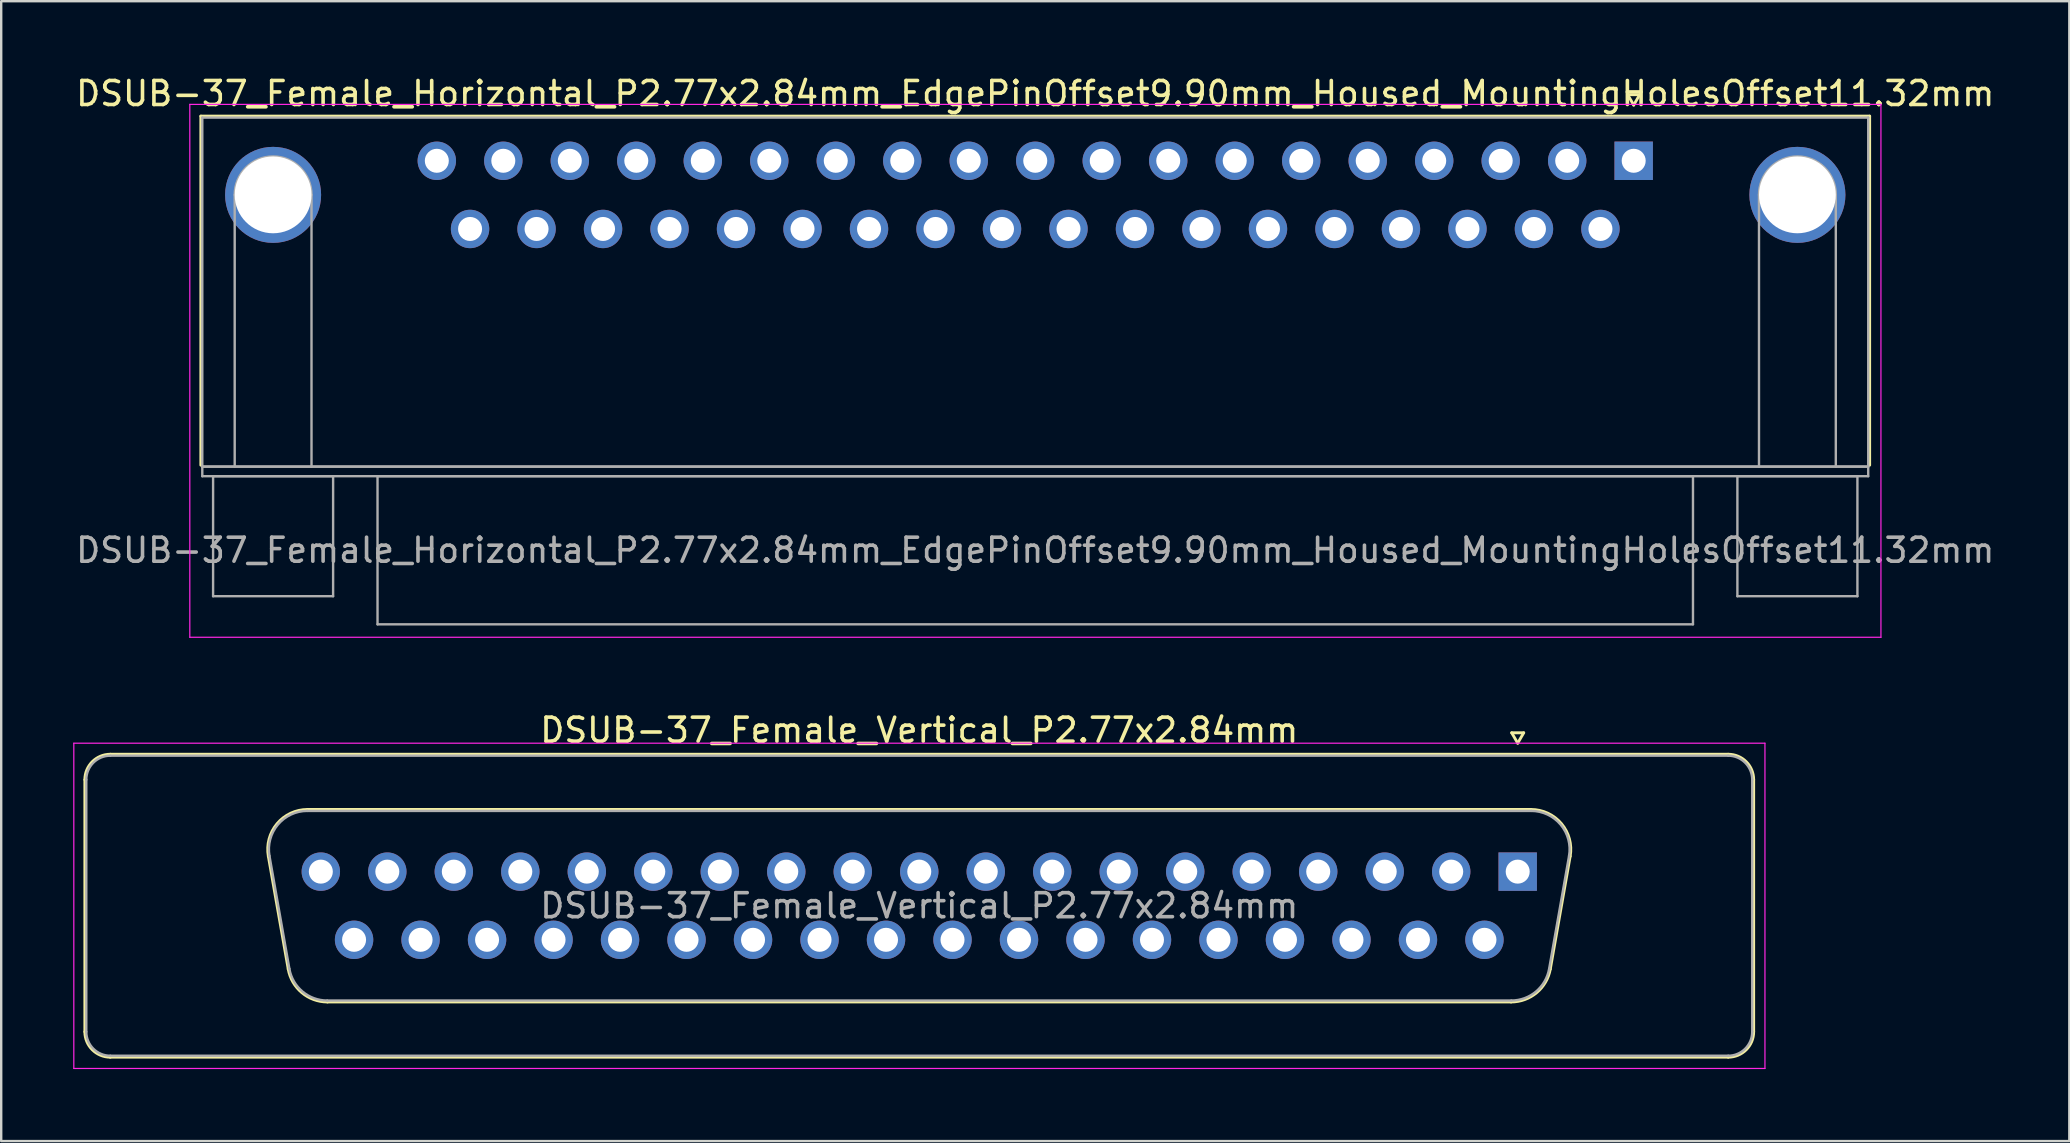
<source format=kicad_pcb>
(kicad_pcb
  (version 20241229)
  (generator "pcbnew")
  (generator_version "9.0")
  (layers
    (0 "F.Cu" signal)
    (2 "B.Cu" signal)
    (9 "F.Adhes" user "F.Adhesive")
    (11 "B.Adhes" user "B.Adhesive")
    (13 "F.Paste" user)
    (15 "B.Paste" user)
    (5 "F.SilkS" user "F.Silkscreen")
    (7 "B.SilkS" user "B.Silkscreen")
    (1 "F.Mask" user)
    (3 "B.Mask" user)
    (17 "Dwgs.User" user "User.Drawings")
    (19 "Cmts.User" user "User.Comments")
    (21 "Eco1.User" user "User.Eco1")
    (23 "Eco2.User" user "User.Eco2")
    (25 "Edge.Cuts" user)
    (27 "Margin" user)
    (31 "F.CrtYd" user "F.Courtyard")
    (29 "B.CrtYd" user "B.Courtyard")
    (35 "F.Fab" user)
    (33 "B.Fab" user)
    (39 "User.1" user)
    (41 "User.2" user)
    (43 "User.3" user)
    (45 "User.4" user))
  (footprint "DSUB-37_Female_Horizontal_P2.77x2.84mm_EdgePinOffset9.90mm_Housed_MountingHolesOffset11.32mm"
    (layer "F.Cu")
    (at 65.007 3.648)
    (property "Reference" "DSUB-37_Female_Horizontal_P2.77x2.84mm_EdgePinOffset9.90mm_Housed_MountingHolesOffset11.32mm" (at -24.93 -2.8 0) (layer "F.SilkS") (effects (font (size 1 1) (thickness 0.15))))
    (attr through_hole)
    (fp_line (start -59.69 -1.86) (end 9.83 -1.86) (stroke (width 0.12) (type solid)) (layer "F.SilkS"))
    (fp_line (start -59.69 12.68) (end -59.69 -1.86) (stroke (width 0.12) (type solid)) (layer "F.SilkS"))
    (fp_line (start -0.25 -2.754) (end 0.25 -2.754) (stroke (width 0.12) (type solid)) (layer "F.SilkS"))
    (fp_line (start 0 -2.321) (end -0.25 -2.754) (stroke (width 0.12) (type solid)) (layer "F.SilkS"))
    (fp_line (start 0.25 -2.754) (end 0 -2.321) (stroke (width 0.12) (type solid)) (layer "F.SilkS"))
    (fp_line (start 9.83 -1.86) (end 9.83 12.68) (stroke (width 0.12) (type solid)) (layer "F.SilkS"))
    (fp_line (start -60.15 -2.35) (end -60.15 19.85) (stroke (width 0.05) (type solid)) (layer "F.CrtYd"))
    (fp_line (start -60.15 19.85) (end 10.3 19.85) (stroke (width 0.05) (type solid)) (layer "F.CrtYd"))
    (fp_line (start 10.3 -2.35) (end -60.15 -2.35) (stroke (width 0.05) (type solid)) (layer "F.CrtYd"))
    (fp_line (start 10.3 19.85) (end 10.3 -2.35) (stroke (width 0.05) (type solid)) (layer "F.CrtYd"))
    (fp_line (start -59.63 -1.8) (end -59.63 12.74) (stroke (width 0.1) (type solid)) (layer "F.Fab"))
    (fp_line (start -59.63 12.74) (end -59.63 13.14) (stroke (width 0.1) (type solid)) (layer "F.Fab"))
    (fp_line (start -59.63 12.74) (end 9.77 12.74) (stroke (width 0.1) (type solid)) (layer "F.Fab"))
    (fp_line (start -59.63 13.14) (end 9.77 13.14) (stroke (width 0.1) (type solid)) (layer "F.Fab"))
    (fp_line (start -59.18 13.14) (end -59.18 18.14) (stroke (width 0.1) (type solid)) (layer "F.Fab"))
    (fp_line (start -59.18 18.14) (end -54.18 18.14) (stroke (width 0.1) (type solid)) (layer "F.Fab"))
    (fp_line (start -58.28 12.74) (end -58.28 1.42) (stroke (width 0.1) (type solid)) (layer "F.Fab"))
    (fp_line (start -55.08 12.74) (end -55.08 1.42) (stroke (width 0.1) (type solid)) (layer "F.Fab"))
    (fp_line (start -54.18 13.14) (end -59.18 13.14) (stroke (width 0.1) (type solid)) (layer "F.Fab"))
    (fp_line (start -54.18 18.14) (end -54.18 13.14) (stroke (width 0.1) (type solid)) (layer "F.Fab"))
    (fp_line (start -52.33 13.14) (end -52.33 19.31) (stroke (width 0.1) (type solid)) (layer "F.Fab"))
    (fp_line (start -52.33 19.31) (end 2.47 19.31) (stroke (width 0.1) (type solid)) (layer "F.Fab"))
    (fp_line (start 2.47 13.14) (end -52.33 13.14) (stroke (width 0.1) (type solid)) (layer "F.Fab"))
    (fp_line (start 2.47 19.31) (end 2.47 13.14) (stroke (width 0.1) (type solid)) (layer "F.Fab"))
    (fp_line (start 4.32 13.14) (end 4.32 18.14) (stroke (width 0.1) (type solid)) (layer "F.Fab"))
    (fp_line (start 4.32 18.14) (end 9.32 18.14) (stroke (width 0.1) (type solid)) (layer "F.Fab"))
    (fp_line (start 5.22 12.74) (end 5.22 1.42) (stroke (width 0.1) (type solid)) (layer "F.Fab"))
    (fp_line (start 8.42 12.74) (end 8.42 1.42) (stroke (width 0.1) (type solid)) (layer "F.Fab"))
    (fp_line (start 9.32 13.14) (end 4.32 13.14) (stroke (width 0.1) (type solid)) (layer "F.Fab"))
    (fp_line (start 9.32 18.14) (end 9.32 13.14) (stroke (width 0.1) (type solid)) (layer "F.Fab"))
    (fp_line (start 9.77 -1.8) (end -59.63 -1.8) (stroke (width 0.1) (type solid)) (layer "F.Fab"))
    (fp_line (start 9.77 12.74) (end -59.63 12.74) (stroke (width 0.1) (type solid)) (layer "F.Fab"))
    (fp_line (start 9.77 12.74) (end 9.77 -1.8) (stroke (width 0.1) (type solid)) (layer "F.Fab"))
    (fp_line (start 9.77 13.14) (end 9.77 12.74) (stroke (width 0.1) (type solid)) (layer "F.Fab"))
    (fp_arc (start -58.28 1.42) (mid -56.68 -0.18) (end -55.08 1.42) (stroke (width 0.1) (type solid)) (layer "F.Fab"))
    (fp_arc (start 5.22 1.42) (mid 6.82 -0.18) (end 8.42 1.42) (stroke (width 0.1) (type solid)) (layer "F.Fab"))
    (fp_text user "${REFERENCE}" (at -24.93 16.225 0) (layer "F.Fab") (effects (font (size 1 1) (thickness 0.15))))
    (pad "0" thru_hole circle (at -56.68 1.42) (size 4 4) (drill 3.2) (layers "*.Cu" "*.Mask"))
    (pad "0" thru_hole circle (at 6.82 1.42) (size 4 4) (drill 3.2) (layers "*.Cu" "*.Mask"))
    (pad "1" thru_hole rect (at 0 0) (size 1.6 1.6) (drill 1) (layers "*.Cu" "*.Mask"))
    (pad "2" thru_hole circle (at -2.77 0) (size 1.6 1.6) (drill 1) (layers "*.Cu" "*.Mask"))
    (pad "3" thru_hole circle (at -5.54 0) (size 1.6 1.6) (drill 1) (layers "*.Cu" "*.Mask"))
    (pad "4" thru_hole circle (at -8.31 0) (size 1.6 1.6) (drill 1) (layers "*.Cu" "*.Mask"))
    (pad "5" thru_hole circle (at -11.08 0) (size 1.6 1.6) (drill 1) (layers "*.Cu" "*.Mask"))
    (pad "6" thru_hole circle (at -13.85 0) (size 1.6 1.6) (drill 1) (layers "*.Cu" "*.Mask"))
    (pad "7" thru_hole circle (at -16.62 0) (size 1.6 1.6) (drill 1) (layers "*.Cu" "*.Mask"))
    (pad "8" thru_hole circle (at -19.39 0) (size 1.6 1.6) (drill 1) (layers "*.Cu" "*.Mask"))
    (pad "9" thru_hole circle (at -22.16 0) (size 1.6 1.6) (drill 1) (layers "*.Cu" "*.Mask"))
    (pad "10" thru_hole circle (at -24.93 0) (size 1.6 1.6) (drill 1) (layers "*.Cu" "*.Mask"))
    (pad "11" thru_hole circle (at -27.7 0) (size 1.6 1.6) (drill 1) (layers "*.Cu" "*.Mask"))
    (pad "12" thru_hole circle (at -30.47 0) (size 1.6 1.6) (drill 1) (layers "*.Cu" "*.Mask"))
    (pad "13" thru_hole circle (at -33.24 0) (size 1.6 1.6) (drill 1) (layers "*.Cu" "*.Mask"))
    (pad "14" thru_hole circle (at -36.01 0) (size 1.6 1.6) (drill 1) (layers "*.Cu" "*.Mask"))
    (pad "15" thru_hole circle (at -38.78 0) (size 1.6 1.6) (drill 1) (layers "*.Cu" "*.Mask"))
    (pad "16" thru_hole circle (at -41.55 0) (size 1.6 1.6) (drill 1) (layers "*.Cu" "*.Mask"))
    (pad "17" thru_hole circle (at -44.32 0) (size 1.6 1.6) (drill 1) (layers "*.Cu" "*.Mask"))
    (pad "18" thru_hole circle (at -47.09 0) (size 1.6 1.6) (drill 1) (layers "*.Cu" "*.Mask"))
    (pad "19" thru_hole circle (at -49.86 0) (size 1.6 1.6) (drill 1) (layers "*.Cu" "*.Mask"))
    (pad "20" thru_hole circle (at -1.385 2.84) (size 1.6 1.6) (drill 1) (layers "*.Cu" "*.Mask"))
    (pad "21" thru_hole circle (at -4.155 2.84) (size 1.6 1.6) (drill 1) (layers "*.Cu" "*.Mask"))
    (pad "22" thru_hole circle (at -6.925 2.84) (size 1.6 1.6) (drill 1) (layers "*.Cu" "*.Mask"))
    (pad "23" thru_hole circle (at -9.695 2.84) (size 1.6 1.6) (drill 1) (layers "*.Cu" "*.Mask"))
    (pad "24" thru_hole circle (at -12.465 2.84) (size 1.6 1.6) (drill 1) (layers "*.Cu" "*.Mask"))
    (pad "25" thru_hole circle (at -15.235 2.84) (size 1.6 1.6) (drill 1) (layers "*.Cu" "*.Mask"))
    (pad "26" thru_hole circle (at -18.005 2.84) (size 1.6 1.6) (drill 1) (layers "*.Cu" "*.Mask"))
    (pad "27" thru_hole circle (at -20.775 2.84) (size 1.6 1.6) (drill 1) (layers "*.Cu" "*.Mask"))
    (pad "28" thru_hole circle (at -23.545 2.84) (size 1.6 1.6) (drill 1) (layers "*.Cu" "*.Mask"))
    (pad "29" thru_hole circle (at -26.315 2.84) (size 1.6 1.6) (drill 1) (layers "*.Cu" "*.Mask"))
    (pad "30" thru_hole circle (at -29.085 2.84) (size 1.6 1.6) (drill 1) (layers "*.Cu" "*.Mask"))
    (pad "31" thru_hole circle (at -31.855 2.84) (size 1.6 1.6) (drill 1) (layers "*.Cu" "*.Mask"))
    (pad "32" thru_hole circle (at -34.625 2.84) (size 1.6 1.6) (drill 1) (layers "*.Cu" "*.Mask"))
    (pad "33" thru_hole circle (at -37.395 2.84) (size 1.6 1.6) (drill 1) (layers "*.Cu" "*.Mask"))
    (pad "34" thru_hole circle (at -40.165 2.84) (size 1.6 1.6) (drill 1) (layers "*.Cu" "*.Mask"))
    (pad "35" thru_hole circle (at -42.935 2.84) (size 1.6 1.6) (drill 1) (layers "*.Cu" "*.Mask"))
    (pad "36" thru_hole circle (at -45.705 2.84) (size 1.6 1.6) (drill 1) (layers "*.Cu" "*.Mask"))
    (pad "37" thru_hole circle (at -48.475 2.84) (size 1.6 1.6) (drill 1) (layers "*.Cu" "*.Mask")))
  (footprint "DSUB-37_Female_Vertical_P2.77x2.84mm"
    (layer "F.Cu")
    (at 60.175 33.261)
    (property "Reference" "DSUB-37_Female_Vertical_P2.77x2.84mm" (at -24.93 -5.89 0) (layer "F.SilkS") (effects (font (size 1 1) (thickness 0.15))))
    (attr through_hole)
    (fp_line (start -59.69 6.67) (end -59.69 -3.83) (stroke (width 0.12) (type solid)) (layer "F.SilkS"))
    (fp_line (start -58.63 -4.89) (end 8.77 -4.89) (stroke (width 0.12) (type solid)) (layer "F.SilkS"))
    (fp_line (start -52.046 -0.642) (end -51.218 4.058) (stroke (width 0.12) (type solid)) (layer "F.SilkS"))
    (fp_line (start -50.412 -2.59) (end 0.552 -2.59) (stroke (width 0.12) (type solid)) (layer "F.SilkS"))
    (fp_line (start -49.583 5.43) (end -0.277 5.43) (stroke (width 0.12) (type solid)) (layer "F.SilkS"))
    (fp_line (start -0.25 -5.784) (end 0.25 -5.784) (stroke (width 0.12) (type solid)) (layer "F.SilkS"))
    (fp_line (start 0 -5.351) (end -0.25 -5.784) (stroke (width 0.12) (type solid)) (layer "F.SilkS"))
    (fp_line (start 0.25 -5.784) (end 0 -5.351) (stroke (width 0.12) (type solid)) (layer "F.SilkS"))
    (fp_line (start 2.186 -0.642) (end 1.358 4.058) (stroke (width 0.12) (type solid)) (layer "F.SilkS"))
    (fp_line (start 8.77 7.73) (end -58.63 7.73) (stroke (width 0.12) (type solid)) (layer "F.SilkS"))
    (fp_line (start 9.83 -3.83) (end 9.83 6.67) (stroke (width 0.12) (type solid)) (layer "F.SilkS"))
    (fp_arc (start -59.69 -3.83) (mid -59.379533 -4.579533) (end -58.63 -4.89) (stroke (width 0.12) (type solid)) (layer "F.SilkS"))
    (fp_arc (start -58.63 7.73) (mid -59.379533 7.419533) (end -59.69 6.67) (stroke (width 0.12) (type solid)) (layer "F.SilkS"))
    (fp_arc (start -52.04647 -0.641744) (mid -51.683323 -1.997028) (end -50.411689 -2.59) (stroke (width 0.12) (type solid)) (layer "F.SilkS"))
    (fp_arc (start -49.582952 5.43) (mid -50.649979 5.041634) (end -51.217733 4.058256) (stroke (width 0.12) (type solid)) (layer "F.SilkS"))
    (fp_arc (start 0.551689 -2.59) (mid 1.823323 -1.997027) (end 2.18647 -0.641744) (stroke (width 0.12) (type solid)) (layer "F.SilkS"))
    (fp_arc (start 1.357733 4.058256) (mid 0.78998 5.041634) (end -0.277048 5.43) (stroke (width 0.12) (type solid)) (layer "F.SilkS"))
    (fp_arc (start 8.77 -4.89) (mid 9.519533 -4.579533) (end 9.83 -3.83) (stroke (width 0.12) (type solid)) (layer "F.SilkS"))
    (fp_arc (start 9.83 6.67) (mid 9.519533 7.419533) (end 8.77 7.73) (stroke (width 0.12) (type solid)) (layer "F.SilkS"))
    (fp_line (start -60.15 -5.35) (end -60.15 8.2) (stroke (width 0.05) (type solid)) (layer "F.CrtYd"))
    (fp_line (start -60.15 8.2) (end 10.3 8.2) (stroke (width 0.05) (type solid)) (layer "F.CrtYd"))
    (fp_line (start 10.3 -5.35) (end -60.15 -5.35) (stroke (width 0.05) (type solid)) (layer "F.CrtYd"))
    (fp_line (start 10.3 8.2) (end 10.3 -5.35) (stroke (width 0.05) (type solid)) (layer "F.CrtYd"))
    (fp_line (start -59.63 6.67) (end -59.63 -3.83) (stroke (width 0.1) (type solid)) (layer "F.Fab"))
    (fp_line (start -58.63 -4.83) (end 8.77 -4.83) (stroke (width 0.1) (type solid)) (layer "F.Fab"))
    (fp_line (start -51.999 -0.652) (end -51.17 4.048) (stroke (width 0.1) (type solid)) (layer "F.Fab"))
    (fp_line (start -50.423 -2.53) (end 0.563 -2.53) (stroke (width 0.1) (type solid)) (layer "F.Fab"))
    (fp_line (start -49.594 5.37) (end -0.266 5.37) (stroke (width 0.1) (type solid)) (layer "F.Fab"))
    (fp_line (start 2.139 -0.652) (end 1.31 4.048) (stroke (width 0.1) (type solid)) (layer "F.Fab"))
    (fp_line (start 8.77 7.67) (end -58.63 7.67) (stroke (width 0.1) (type solid)) (layer "F.Fab"))
    (fp_line (start 9.77 -3.83) (end 9.77 6.67) (stroke (width 0.1) (type solid)) (layer "F.Fab"))
    (fp_arc (start -59.63 -3.83) (mid -59.337107 -4.537107) (end -58.63 -4.83) (stroke (width 0.1) (type solid)) (layer "F.Fab"))
    (fp_arc (start -58.63 7.67) (mid -59.337107 7.377107) (end -59.63 6.67) (stroke (width 0.1) (type solid)) (layer "F.Fab"))
    (fp_arc (start -51.998886 -0.652163) (mid -51.648865 -1.95846) (end -50.423194 -2.53) (stroke (width 0.1) (type solid)) (layer "F.Fab"))
    (fp_arc (start -49.594457 5.37) (mid -50.622917 4.995671) (end -51.170149 4.047837) (stroke (width 0.1) (type solid)) (layer "F.Fab"))
    (fp_arc (start 0.563194 -2.53) (mid 1.788865 -1.95846) (end 2.138886 -0.652163) (stroke (width 0.1) (type solid)) (layer "F.Fab"))
    (fp_arc (start 1.310149 4.047837) (mid 0.762917 4.995671) (end -0.265543 5.37) (stroke (width 0.1) (type solid)) (layer "F.Fab"))
    (fp_arc (start 8.77 -4.83) (mid 9.477107 -4.537107) (end 9.77 -3.83) (stroke (width 0.1) (type solid)) (layer "F.Fab"))
    (fp_arc (start 9.77 6.67) (mid 9.477107 7.377107) (end 8.77 7.67) (stroke (width 0.1) (type solid)) (layer "F.Fab"))
    (fp_text user "${REFERENCE}" (at -24.93 1.42 0) (layer "F.Fab") (effects (font (size 1 1) (thickness 0.15))))
    (pad "1" thru_hole rect (at 0 0) (size 1.6 1.6) (drill 1) (layers "*.Cu" "*.Mask"))
    (pad "2" thru_hole circle (at -2.77 0) (size 1.6 1.6) (drill 1) (layers "*.Cu" "*.Mask"))
    (pad "3" thru_hole circle (at -5.54 0) (size 1.6 1.6) (drill 1) (layers "*.Cu" "*.Mask"))
    (pad "4" thru_hole circle (at -8.31 0) (size 1.6 1.6) (drill 1) (layers "*.Cu" "*.Mask"))
    (pad "5" thru_hole circle (at -11.08 0) (size 1.6 1.6) (drill 1) (layers "*.Cu" "*.Mask"))
    (pad "6" thru_hole circle (at -13.85 0) (size 1.6 1.6) (drill 1) (layers "*.Cu" "*.Mask"))
    (pad "7" thru_hole circle (at -16.62 0) (size 1.6 1.6) (drill 1) (layers "*.Cu" "*.Mask"))
    (pad "8" thru_hole circle (at -19.39 0) (size 1.6 1.6) (drill 1) (layers "*.Cu" "*.Mask"))
    (pad "9" thru_hole circle (at -22.16 0) (size 1.6 1.6) (drill 1) (layers "*.Cu" "*.Mask"))
    (pad "10" thru_hole circle (at -24.93 0) (size 1.6 1.6) (drill 1) (layers "*.Cu" "*.Mask"))
    (pad "11" thru_hole circle (at -27.7 0) (size 1.6 1.6) (drill 1) (layers "*.Cu" "*.Mask"))
    (pad "12" thru_hole circle (at -30.47 0) (size 1.6 1.6) (drill 1) (layers "*.Cu" "*.Mask"))
    (pad "13" thru_hole circle (at -33.24 0) (size 1.6 1.6) (drill 1) (layers "*.Cu" "*.Mask"))
    (pad "14" thru_hole circle (at -36.01 0) (size 1.6 1.6) (drill 1) (layers "*.Cu" "*.Mask"))
    (pad "15" thru_hole circle (at -38.78 0) (size 1.6 1.6) (drill 1) (layers "*.Cu" "*.Mask"))
    (pad "16" thru_hole circle (at -41.55 0) (size 1.6 1.6) (drill 1) (layers "*.Cu" "*.Mask"))
    (pad "17" thru_hole circle (at -44.32 0) (size 1.6 1.6) (drill 1) (layers "*.Cu" "*.Mask"))
    (pad "18" thru_hole circle (at -47.09 0) (size 1.6 1.6) (drill 1) (layers "*.Cu" "*.Mask"))
    (pad "19" thru_hole circle (at -49.86 0) (size 1.6 1.6) (drill 1) (layers "*.Cu" "*.Mask"))
    (pad "20" thru_hole circle (at -1.385 2.84) (size 1.6 1.6) (drill 1) (layers "*.Cu" "*.Mask"))
    (pad "21" thru_hole circle (at -4.155 2.84) (size 1.6 1.6) (drill 1) (layers "*.Cu" "*.Mask"))
    (pad "22" thru_hole circle (at -6.925 2.84) (size 1.6 1.6) (drill 1) (layers "*.Cu" "*.Mask"))
    (pad "23" thru_hole circle (at -9.695 2.84) (size 1.6 1.6) (drill 1) (layers "*.Cu" "*.Mask"))
    (pad "24" thru_hole circle (at -12.465 2.84) (size 1.6 1.6) (drill 1) (layers "*.Cu" "*.Mask"))
    (pad "25" thru_hole circle (at -15.235 2.84) (size 1.6 1.6) (drill 1) (layers "*.Cu" "*.Mask"))
    (pad "26" thru_hole circle (at -18.005 2.84) (size 1.6 1.6) (drill 1) (layers "*.Cu" "*.Mask"))
    (pad "27" thru_hole circle (at -20.775 2.84) (size 1.6 1.6) (drill 1) (layers "*.Cu" "*.Mask"))
    (pad "28" thru_hole circle (at -23.545 2.84) (size 1.6 1.6) (drill 1) (layers "*.Cu" "*.Mask"))
    (pad "29" thru_hole circle (at -26.315 2.84) (size 1.6 1.6) (drill 1) (layers "*.Cu" "*.Mask"))
    (pad "30" thru_hole circle (at -29.085 2.84) (size 1.6 1.6) (drill 1) (layers "*.Cu" "*.Mask"))
    (pad "31" thru_hole circle (at -31.855 2.84) (size 1.6 1.6) (drill 1) (layers "*.Cu" "*.Mask"))
    (pad "32" thru_hole circle (at -34.625 2.84) (size 1.6 1.6) (drill 1) (layers "*.Cu" "*.Mask"))
    (pad "33" thru_hole circle (at -37.395 2.84) (size 1.6 1.6) (drill 1) (layers "*.Cu" "*.Mask"))
    (pad "34" thru_hole circle (at -40.165 2.84) (size 1.6 1.6) (drill 1) (layers "*.Cu" "*.Mask"))
    (pad "35" thru_hole circle (at -42.935 2.84) (size 1.6 1.6) (drill 1) (layers "*.Cu" "*.Mask"))
    (pad "36" thru_hole circle (at -45.705 2.84) (size 1.6 1.6) (drill 1) (layers "*.Cu" "*.Mask"))
    (pad "37" thru_hole circle (at -48.475 2.84) (size 1.6 1.6) (drill 1) (layers "*.Cu" "*.Mask")))
  (gr_rect
    (start -3 -3)
    (end 83.155 44.486)
    (stroke (width 0.1) (type default))
    (fill no)
    (layer "Edge.Cuts")))
</source>
